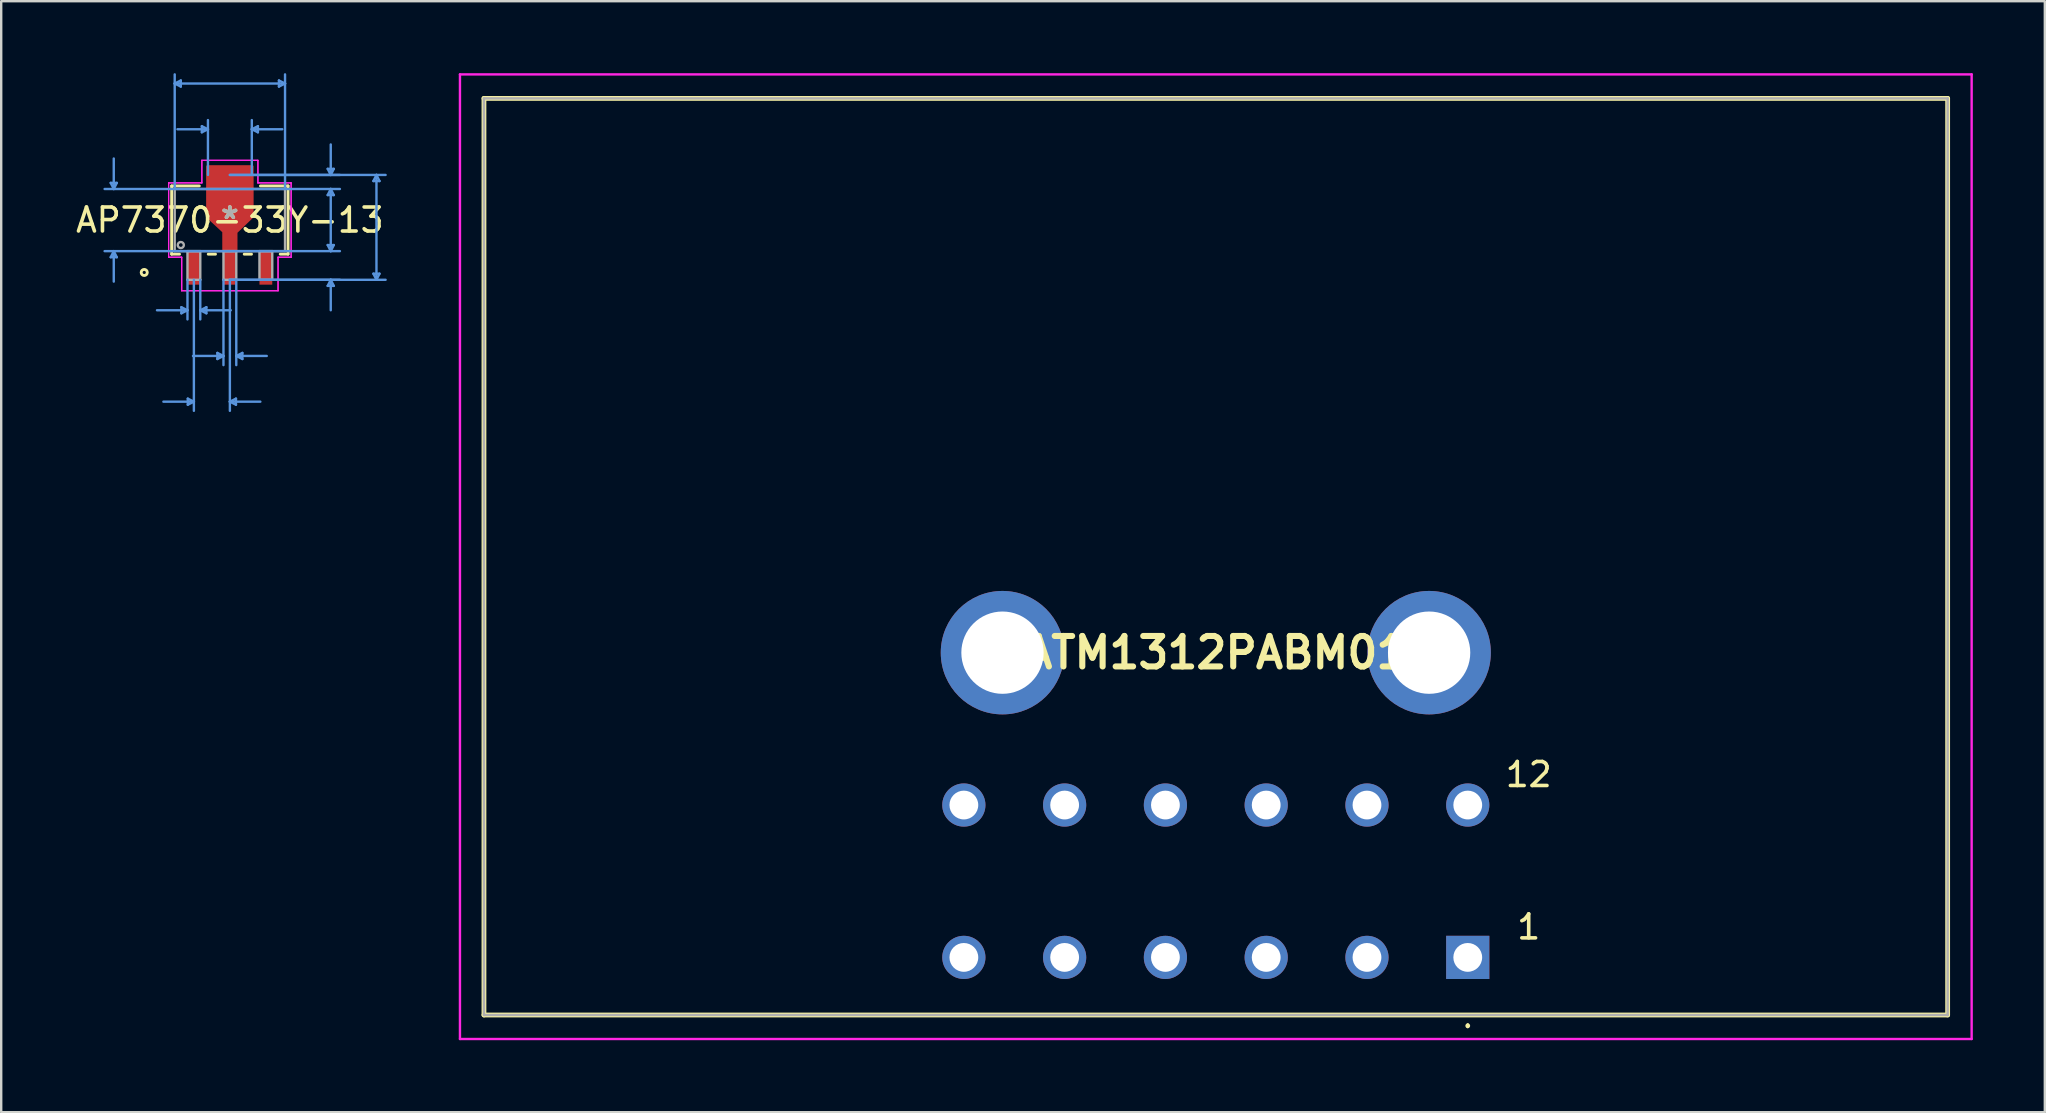
<source format=kicad_pcb>
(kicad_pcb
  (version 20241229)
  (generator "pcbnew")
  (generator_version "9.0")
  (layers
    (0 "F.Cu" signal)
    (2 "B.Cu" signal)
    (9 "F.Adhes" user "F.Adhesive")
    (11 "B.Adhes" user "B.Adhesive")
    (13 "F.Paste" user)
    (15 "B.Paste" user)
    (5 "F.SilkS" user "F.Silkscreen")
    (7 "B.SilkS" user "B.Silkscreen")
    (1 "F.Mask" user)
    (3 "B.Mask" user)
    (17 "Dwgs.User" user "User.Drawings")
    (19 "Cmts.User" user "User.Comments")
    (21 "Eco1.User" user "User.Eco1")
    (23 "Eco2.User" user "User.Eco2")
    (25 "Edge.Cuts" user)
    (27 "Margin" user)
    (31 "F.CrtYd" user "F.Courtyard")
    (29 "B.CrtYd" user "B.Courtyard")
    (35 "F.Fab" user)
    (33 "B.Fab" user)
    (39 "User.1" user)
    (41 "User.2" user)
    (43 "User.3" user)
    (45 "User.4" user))
  (footprint "ATM1312PABM01"
    (layer "F.Cu")
    (at 58.119 36.85)
    (property "Reference" "ATM1312PABM01" (at -10.5 -12.7 0) (layer "F.SilkS") (effects (font (size 1.27 1.27) (thickness 0.254))))
    (attr through_hole)
    (fp_line (start -41 -35.8) (end 20 -35.8) (stroke (width 0.2) (type solid)) (layer "F.SilkS"))
    (fp_line (start -41 2.4) (end -41 -35.8) (stroke (width 0.2) (type solid)) (layer "F.SilkS"))
    (fp_line (start 0 2.8) (end 0 2.8) (stroke (width 0.1) (type solid)) (layer "F.SilkS"))
    (fp_line (start 0 2.9) (end 0 2.9) (stroke (width 0.1) (type solid)) (layer "F.SilkS"))
    (fp_line (start 20 -35.8) (end 20 2.4) (stroke (width 0.2) (type solid)) (layer "F.SilkS"))
    (fp_line (start 20 2.4) (end -41 2.4) (stroke (width 0.2) (type solid)) (layer "F.SilkS"))
    (fp_arc (start 0 2.8) (mid 0.05 2.85) (end 0 2.9) (stroke (width 0.1) (type solid)) (layer "F.SilkS"))
    (fp_arc (start 0 2.9) (mid -0.05 2.85) (end 0 2.8) (stroke (width 0.1) (type solid)) (layer "F.SilkS"))
    (fp_line (start -42 -36.8) (end -42 3.4) (stroke (width 0.1) (type solid)) (layer "F.CrtYd"))
    (fp_line (start -42 3.4) (end 21 3.4) (stroke (width 0.1) (type solid)) (layer "F.CrtYd"))
    (fp_line (start 21 -36.8) (end -42 -36.8) (stroke (width 0.1) (type solid)) (layer "F.CrtYd"))
    (fp_line (start 21 3.4) (end 21 -36.8) (stroke (width 0.1) (type solid)) (layer "F.CrtYd"))
    (fp_line (start -41 -35.8) (end 20 -35.8) (stroke (width 0.1) (type solid)) (layer "F.Fab"))
    (fp_line (start -41 2.4) (end -41 -35.8) (stroke (width 0.1) (type solid)) (layer "F.Fab"))
    (fp_line (start 20 -35.8) (end 20 2.4) (stroke (width 0.1) (type solid)) (layer "F.Fab"))
    (fp_line (start 20 2.4) (end -41 2.4) (stroke (width 0.1) (type solid)) (layer "F.Fab"))
    (fp_text user "1" (at 2.54 -1.27 0) (unlocked yes) (layer "F.SilkS") (effects (font (size 1 1) (thickness 0.15))))
    (fp_text user "12" (at 2.54 -7.62 0) (unlocked yes) (layer "F.SilkS") (effects (font (size 1 1) (thickness 0.15))))
    (pad "1" thru_hole rect (at 0 0) (size 1.8 1.8) (drill 1.2) (layers "*.Cu" "*.Mask"))
    (pad "2" thru_hole circle (at -4.2 0) (size 1.8 1.8) (drill 1.2) (layers "*.Cu" "*.Mask"))
    (pad "3" thru_hole circle (at -8.4 0) (size 1.8 1.8) (drill 1.2) (layers "*.Cu" "*.Mask"))
    (pad "4" thru_hole circle (at -12.6 0) (size 1.8 1.8) (drill 1.2) (layers "*.Cu" "*.Mask"))
    (pad "5" thru_hole circle (at -16.8 0) (size 1.8 1.8) (drill 1.2) (layers "*.Cu" "*.Mask"))
    (pad "6" thru_hole circle (at -21 0) (size 1.8 1.8) (drill 1.2) (layers "*.Cu" "*.Mask"))
    (pad "7" thru_hole circle (at -21 -6.35) (size 1.8 1.8) (drill 1.2) (layers "*.Cu" "*.Mask"))
    (pad "8" thru_hole circle (at -16.8 -6.35) (size 1.8 1.8) (drill 1.2) (layers "*.Cu" "*.Mask"))
    (pad "9" thru_hole circle (at -12.6 -6.35) (size 1.8 1.8) (drill 1.2) (layers "*.Cu" "*.Mask"))
    (pad "10" thru_hole circle (at -8.4 -6.35) (size 1.8 1.8) (drill 1.2) (layers "*.Cu" "*.Mask"))
    (pad "11" thru_hole circle (at -4.2 -6.35) (size 1.8 1.8) (drill 1.2) (layers "*.Cu" "*.Mask"))
    (pad "12" thru_hole circle (at 0 -6.35) (size 1.8 1.8) (drill 1.2) (layers "*.Cu" "*.Mask"))
    (pad "MH1" thru_hole circle (at -1.61 -12.7) (size 5.145 5.145) (drill 3.43) (layers "*.Cu" "*.Mask"))
    (pad "MH2" thru_hole circle (at -19.39 -12.7) (size 5.145 5.145) (drill 3.43) (layers "*.Cu" "*.Mask")))
  (footprint "AP7370-33Y-13"
    (layer "F.Cu")
    (at 6.53 6.121)
    (property "Reference" "AP7370-33Y-13" (at 0 0 0) (layer "F.SilkS") (effects (font (size 1 1) (thickness 0.15))))
    (attr through_hole)
    (fp_poly (pts (xy -0.267 1.295) (xy -0.267 0.483) (xy -0.94 -0.14) (xy -0.94 -2.235) (xy 0.94 -2.235) (xy 0.94 -0.14) (xy 0.267 0.508) (xy 0.267 1.295)) (stroke (width 0.1) (type solid)) (fill yes) (layer "F.Cu"))
    (fp_poly (pts (xy -0.267 1.295) (xy -0.267 0.483) (xy -0.914 -0.165) (xy -0.914 -2.083) (xy 0.914 -2.083) (xy 0.914 -0.165) (xy 0.267 0.483) (xy 0.267 1.295)) (stroke (width 0.1) (type solid)) (fill yes) (layer "F.Mask"))
    (fp_line (start -2.426 -1.422) (end -2.426 1.422) (stroke (width 0.12) (type solid)) (layer "F.SilkS"))
    (fp_line (start -2.426 1.422) (end -2.099 1.422) (stroke (width 0.12) (type solid)) (layer "F.SilkS"))
    (fp_line (start -1.273 -1.422) (end -2.426 -1.422) (stroke (width 0.12) (type solid)) (layer "F.SilkS"))
    (fp_line (start -0.901 1.422) (end -0.599 1.422) (stroke (width 0.12) (type solid)) (layer "F.SilkS"))
    (fp_line (start 0.599 1.422) (end 0.901 1.422) (stroke (width 0.12) (type solid)) (layer "F.SilkS"))
    (fp_line (start 2.099 1.422) (end 2.426 1.422) (stroke (width 0.12) (type solid)) (layer "F.SilkS"))
    (fp_line (start 2.426 -1.422) (end 1.273 -1.422) (stroke (width 0.12) (type solid)) (layer "F.SilkS"))
    (fp_line (start 2.426 1.422) (end 2.426 -1.422) (stroke (width 0.12) (type solid)) (layer "F.SilkS"))
    (fp_circle (center -3.569 2.184) (end -3.442 2.184) (stroke (width 0.12) (type solid)) (fill no) (layer "F.SilkS"))
    (fp_poly (pts (xy -0.267 1.295) (xy -0.267 0.483) (xy -0.914 -0.165) (xy -0.914 -2.083) (xy 0.914 -2.083) (xy 0.914 -0.165) (xy 0.267 0.483) (xy 0.267 1.295)) (stroke (width 0.1) (type solid)) (fill yes) (layer "F.Paste"))
    (fp_line (start -4.966 -1.549) (end -4.712 -1.549) (stroke (width 0.1) (type solid)) (layer "Cmts.User"))
    (fp_line (start -4.966 1.549) (end -4.712 1.549) (stroke (width 0.1) (type solid)) (layer "Cmts.User"))
    (fp_line (start -4.839 -1.295) (end -4.966 -1.549) (stroke (width 0.1) (type solid)) (layer "Cmts.User"))
    (fp_line (start -4.839 -1.295) (end -4.839 -2.565) (stroke (width 0.1) (type solid)) (layer "Cmts.User"))
    (fp_line (start -4.839 -1.295) (end -4.712 -1.549) (stroke (width 0.1) (type solid)) (layer "Cmts.User"))
    (fp_line (start -4.839 1.295) (end -4.966 1.549) (stroke (width 0.1) (type solid)) (layer "Cmts.User"))
    (fp_line (start -4.839 1.295) (end -4.839 2.565) (stroke (width 0.1) (type solid)) (layer "Cmts.User"))
    (fp_line (start -4.839 1.295) (end -4.712 1.549) (stroke (width 0.1) (type solid)) (layer "Cmts.User"))
    (fp_line (start -2.299 -5.69) (end -2.045 -5.817) (stroke (width 0.1) (type solid)) (layer "Cmts.User"))
    (fp_line (start -2.299 -5.69) (end -2.045 -5.563) (stroke (width 0.1) (type solid)) (layer "Cmts.User"))
    (fp_line (start -2.299 -5.69) (end 2.299 -5.69) (stroke (width 0.1) (type solid)) (layer "Cmts.User"))
    (fp_line (start -2.299 -1.295) (end -2.299 -6.071) (stroke (width 0.1) (type solid)) (layer "Cmts.User"))
    (fp_line (start -2.045 -5.817) (end -2.045 -5.563) (stroke (width 0.1) (type solid)) (layer "Cmts.User"))
    (fp_line (start -2.021 3.632) (end -2.021 3.886) (stroke (width 0.1) (type solid)) (layer "Cmts.User"))
    (fp_line (start -1.767 2.489) (end -1.767 4.14) (stroke (width 0.1) (type solid)) (layer "Cmts.User"))
    (fp_line (start -1.767 3.759) (end -3.037 3.759) (stroke (width 0.1) (type solid)) (layer "Cmts.User"))
    (fp_line (start -1.767 3.759) (end -2.021 3.632) (stroke (width 0.1) (type solid)) (layer "Cmts.User"))
    (fp_line (start -1.767 3.759) (end -2.021 3.886) (stroke (width 0.1) (type solid)) (layer "Cmts.User"))
    (fp_line (start -1.754 7.442) (end -1.754 7.696) (stroke (width 0.1) (type solid)) (layer "Cmts.User"))
    (fp_line (start -1.5 2.489) (end -1.5 7.95) (stroke (width 0.1) (type solid)) (layer "Cmts.User"))
    (fp_line (start -1.5 7.569) (end -2.77 7.569) (stroke (width 0.1) (type solid)) (layer "Cmts.User"))
    (fp_line (start -1.5 7.569) (end -1.754 7.442) (stroke (width 0.1) (type solid)) (layer "Cmts.User"))
    (fp_line (start -1.5 7.569) (end -1.754 7.696) (stroke (width 0.1) (type solid)) (layer "Cmts.User"))
    (fp_line (start -1.233 2.489) (end -1.233 4.14) (stroke (width 0.1) (type solid)) (layer "Cmts.User"))
    (fp_line (start -1.233 3.759) (end -0.979 3.632) (stroke (width 0.1) (type solid)) (layer "Cmts.User"))
    (fp_line (start -1.233 3.759) (end -0.979 3.886) (stroke (width 0.1) (type solid)) (layer "Cmts.User"))
    (fp_line (start -1.233 3.759) (end 0.037 3.759) (stroke (width 0.1) (type solid)) (layer "Cmts.User"))
    (fp_line (start -1.168 -3.912) (end -1.168 -3.658) (stroke (width 0.1) (type solid)) (layer "Cmts.User"))
    (fp_line (start -0.979 3.632) (end -0.979 3.886) (stroke (width 0.1) (type solid)) (layer "Cmts.User"))
    (fp_line (start -0.914 -3.785) (end -2.184 -3.785) (stroke (width 0.1) (type solid)) (layer "Cmts.User"))
    (fp_line (start -0.914 -3.785) (end -1.168 -3.912) (stroke (width 0.1) (type solid)) (layer "Cmts.User"))
    (fp_line (start -0.914 -3.785) (end -1.168 -3.658) (stroke (width 0.1) (type solid)) (layer "Cmts.User"))
    (fp_line (start -0.914 -1.88) (end -0.914 -4.166) (stroke (width 0.1) (type solid)) (layer "Cmts.User"))
    (fp_line (start -0.521 5.537) (end -0.521 5.791) (stroke (width 0.1) (type solid)) (layer "Cmts.User"))
    (fp_line (start -0.267 2.489) (end -0.267 6.045) (stroke (width 0.1) (type solid)) (layer "Cmts.User"))
    (fp_line (start -0.267 5.664) (end -1.537 5.664) (stroke (width 0.1) (type solid)) (layer "Cmts.User"))
    (fp_line (start -0.267 5.664) (end -0.521 5.537) (stroke (width 0.1) (type solid)) (layer "Cmts.User"))
    (fp_line (start -0.267 5.664) (end -0.521 5.791) (stroke (width 0.1) (type solid)) (layer "Cmts.User"))
    (fp_line (start 0 -1.88) (end 4.585 -1.88) (stroke (width 0.1) (type solid)) (layer "Cmts.User"))
    (fp_line (start 0 -1.88) (end 6.49 -1.88) (stroke (width 0.1) (type solid)) (layer "Cmts.User"))
    (fp_line (start 0 -1.295) (end -5.22 -1.295) (stroke (width 0.1) (type solid)) (layer "Cmts.User"))
    (fp_line (start 0 -1.295) (end 4.585 -1.295) (stroke (width 0.1) (type solid)) (layer "Cmts.User"))
    (fp_line (start 0 1.295) (end -5.22 1.295) (stroke (width 0.1) (type solid)) (layer "Cmts.User"))
    (fp_line (start 0 1.295) (end 4.585 1.295) (stroke (width 0.1) (type solid)) (layer "Cmts.User"))
    (fp_line (start 0 2.489) (end 0 7.95) (stroke (width 0.1) (type solid)) (layer "Cmts.User"))
    (fp_line (start 0 2.489) (end 4.585 2.489) (stroke (width 0.1) (type solid)) (layer "Cmts.User"))
    (fp_line (start 0 2.489) (end 6.49 2.489) (stroke (width 0.1) (type solid)) (layer "Cmts.User"))
    (fp_line (start 0 7.569) (end 0.254 7.442) (stroke (width 0.1) (type solid)) (layer "Cmts.User"))
    (fp_line (start 0 7.569) (end 0.254 7.696) (stroke (width 0.1) (type solid)) (layer "Cmts.User"))
    (fp_line (start 0 7.569) (end 1.27 7.569) (stroke (width 0.1) (type solid)) (layer "Cmts.User"))
    (fp_line (start 0.254 7.442) (end 0.254 7.696) (stroke (width 0.1) (type solid)) (layer "Cmts.User"))
    (fp_line (start 0.267 2.489) (end 0.267 6.045) (stroke (width 0.1) (type solid)) (layer "Cmts.User"))
    (fp_line (start 0.267 5.664) (end 0.521 5.537) (stroke (width 0.1) (type solid)) (layer "Cmts.User"))
    (fp_line (start 0.267 5.664) (end 0.521 5.791) (stroke (width 0.1) (type solid)) (layer "Cmts.User"))
    (fp_line (start 0.267 5.664) (end 1.537 5.664) (stroke (width 0.1) (type solid)) (layer "Cmts.User"))
    (fp_line (start 0.521 5.537) (end 0.521 5.791) (stroke (width 0.1) (type solid)) (layer "Cmts.User"))
    (fp_line (start 0.914 -3.785) (end 1.168 -3.912) (stroke (width 0.1) (type solid)) (layer "Cmts.User"))
    (fp_line (start 0.914 -3.785) (end 1.168 -3.658) (stroke (width 0.1) (type solid)) (layer "Cmts.User"))
    (fp_line (start 0.914 -3.785) (end 2.184 -3.785) (stroke (width 0.1) (type solid)) (layer "Cmts.User"))
    (fp_line (start 0.914 -1.88) (end 0.914 -4.166) (stroke (width 0.1) (type solid)) (layer "Cmts.User"))
    (fp_line (start 1.168 -3.912) (end 1.168 -3.658) (stroke (width 0.1) (type solid)) (layer "Cmts.User"))
    (fp_line (start 2.045 -5.817) (end 2.045 -5.563) (stroke (width 0.1) (type solid)) (layer "Cmts.User"))
    (fp_line (start 2.299 -5.69) (end 2.045 -5.817) (stroke (width 0.1) (type solid)) (layer "Cmts.User"))
    (fp_line (start 2.299 -5.69) (end 2.045 -5.563) (stroke (width 0.1) (type solid)) (layer "Cmts.User"))
    (fp_line (start 2.299 -1.295) (end 2.299 -6.071) (stroke (width 0.1) (type solid)) (layer "Cmts.User"))
    (fp_line (start 4.077 -2.134) (end 4.331 -2.134) (stroke (width 0.1) (type solid)) (layer "Cmts.User"))
    (fp_line (start 4.077 -1.041) (end 4.331 -1.041) (stroke (width 0.1) (type solid)) (layer "Cmts.User"))
    (fp_line (start 4.077 1.041) (end 4.331 1.041) (stroke (width 0.1) (type solid)) (layer "Cmts.User"))
    (fp_line (start 4.077 2.743) (end 4.331 2.743) (stroke (width 0.1) (type solid)) (layer "Cmts.User"))
    (fp_line (start 4.204 -1.88) (end 4.077 -2.134) (stroke (width 0.1) (type solid)) (layer "Cmts.User"))
    (fp_line (start 4.204 -1.88) (end 4.204 -3.15) (stroke (width 0.1) (type solid)) (layer "Cmts.User"))
    (fp_line (start 4.204 -1.88) (end 4.331 -2.134) (stroke (width 0.1) (type solid)) (layer "Cmts.User"))
    (fp_line (start 4.204 -1.295) (end 4.077 -1.041) (stroke (width 0.1) (type solid)) (layer "Cmts.User"))
    (fp_line (start 4.204 -1.295) (end 4.204 -0.025) (stroke (width 0.1) (type solid)) (layer "Cmts.User"))
    (fp_line (start 4.204 -1.295) (end 4.331 -1.041) (stroke (width 0.1) (type solid)) (layer "Cmts.User"))
    (fp_line (start 4.204 1.295) (end 4.077 1.041) (stroke (width 0.1) (type solid)) (layer "Cmts.User"))
    (fp_line (start 4.204 1.295) (end 4.204 0.025) (stroke (width 0.1) (type solid)) (layer "Cmts.User"))
    (fp_line (start 4.204 1.295) (end 4.331 1.041) (stroke (width 0.1) (type solid)) (layer "Cmts.User"))
    (fp_line (start 4.204 2.489) (end 4.077 2.743) (stroke (width 0.1) (type solid)) (layer "Cmts.User"))
    (fp_line (start 4.204 2.489) (end 4.204 3.759) (stroke (width 0.1) (type solid)) (layer "Cmts.User"))
    (fp_line (start 4.204 2.489) (end 4.331 2.743) (stroke (width 0.1) (type solid)) (layer "Cmts.User"))
    (fp_line (start 5.982 -1.626) (end 6.236 -1.626) (stroke (width 0.1) (type solid)) (layer "Cmts.User"))
    (fp_line (start 5.982 2.235) (end 6.236 2.235) (stroke (width 0.1) (type solid)) (layer "Cmts.User"))
    (fp_line (start 6.109 -1.88) (end 5.982 -1.626) (stroke (width 0.1) (type solid)) (layer "Cmts.User"))
    (fp_line (start 6.109 -1.88) (end 6.109 2.489) (stroke (width 0.1) (type solid)) (layer "Cmts.User"))
    (fp_line (start 6.109 -1.88) (end 6.236 -1.626) (stroke (width 0.1) (type solid)) (layer "Cmts.User"))
    (fp_line (start 6.109 2.489) (end 5.982 2.235) (stroke (width 0.1) (type solid)) (layer "Cmts.User"))
    (fp_line (start 6.109 2.489) (end 6.236 2.235) (stroke (width 0.1) (type solid)) (layer "Cmts.User"))
    (fp_line (start -2.553 -1.549) (end -1.168 -1.549) (stroke (width 0.05) (type solid)) (layer "F.CrtYd"))
    (fp_line (start -2.553 -1.549) (end -1.168 -1.549) (stroke (width 0.05) (type solid)) (layer "F.CrtYd"))
    (fp_line (start -2.553 1.549) (end -2.553 -1.549) (stroke (width 0.05) (type solid)) (layer "F.CrtYd"))
    (fp_line (start -2.553 1.549) (end -2.553 -1.549) (stroke (width 0.05) (type solid)) (layer "F.CrtYd"))
    (fp_line (start -2.008 1.549) (end -2.553 1.549) (stroke (width 0.05) (type solid)) (layer "F.CrtYd"))
    (fp_line (start -2.008 1.549) (end -2.553 1.549) (stroke (width 0.05) (type solid)) (layer "F.CrtYd"))
    (fp_line (start -2.008 2.946) (end -2.008 1.549) (stroke (width 0.05) (type solid)) (layer "F.CrtYd"))
    (fp_line (start -2.008 2.946) (end -2.008 1.549) (stroke (width 0.05) (type solid)) (layer "F.CrtYd"))
    (fp_line (start -1.168 -2.489) (end 1.168 -2.489) (stroke (width 0.05) (type solid)) (layer "F.CrtYd"))
    (fp_line (start -1.168 -2.489) (end 1.168 -2.489) (stroke (width 0.05) (type solid)) (layer "F.CrtYd"))
    (fp_line (start -1.168 -1.549) (end -1.168 -2.489) (stroke (width 0.05) (type solid)) (layer "F.CrtYd"))
    (fp_line (start -1.168 -1.549) (end -1.168 -2.489) (stroke (width 0.05) (type solid)) (layer "F.CrtYd"))
    (fp_line (start 1.168 -2.489) (end 1.168 -1.549) (stroke (width 0.05) (type solid)) (layer "F.CrtYd"))
    (fp_line (start 1.168 -2.489) (end 1.168 -1.549) (stroke (width 0.05) (type solid)) (layer "F.CrtYd"))
    (fp_line (start 1.168 -1.549) (end 2.553 -1.549) (stroke (width 0.05) (type solid)) (layer "F.CrtYd"))
    (fp_line (start 1.168 -1.549) (end 2.553 -1.549) (stroke (width 0.05) (type solid)) (layer "F.CrtYd"))
    (fp_line (start 2.008 1.549) (end 2.008 2.946) (stroke (width 0.05) (type solid)) (layer "F.CrtYd"))
    (fp_line (start 2.008 1.549) (end 2.008 2.946) (stroke (width 0.05) (type solid)) (layer "F.CrtYd"))
    (fp_line (start 2.008 2.946) (end -2.008 2.946) (stroke (width 0.05) (type solid)) (layer "F.CrtYd"))
    (fp_line (start 2.008 2.946) (end -2.008 2.946) (stroke (width 0.05) (type solid)) (layer "F.CrtYd"))
    (fp_line (start 2.553 -1.549) (end 2.553 1.549) (stroke (width 0.05) (type solid)) (layer "F.CrtYd"))
    (fp_line (start 2.553 -1.549) (end 2.553 1.549) (stroke (width 0.05) (type solid)) (layer "F.CrtYd"))
    (fp_line (start 2.553 1.549) (end 2.008 1.549) (stroke (width 0.05) (type solid)) (layer "F.CrtYd"))
    (fp_line (start 2.553 1.549) (end 2.008 1.549) (stroke (width 0.05) (type solid)) (layer "F.CrtYd"))
    (fp_line (start -2.299 -1.295) (end -2.299 1.295) (stroke (width 0.1) (type solid)) (layer "F.Fab"))
    (fp_line (start -2.299 1.295) (end 2.299 1.295) (stroke (width 0.1) (type solid)) (layer "F.Fab"))
    (fp_line (start -1.767 1.295) (end -1.767 2.489) (stroke (width 0.1) (type solid)) (layer "F.Fab"))
    (fp_line (start -1.767 2.489) (end -1.233 2.489) (stroke (width 0.1) (type solid)) (layer "F.Fab"))
    (fp_line (start -1.233 1.295) (end -1.767 1.295) (stroke (width 0.1) (type solid)) (layer "F.Fab"))
    (fp_line (start -1.233 2.489) (end -1.233 1.295) (stroke (width 0.1) (type solid)) (layer "F.Fab"))
    (fp_line (start -0.267 1.295) (end -0.267 2.489) (stroke (width 0.1) (type solid)) (layer "F.Fab"))
    (fp_line (start -0.267 2.489) (end 0.267 2.489) (stroke (width 0.1) (type solid)) (layer "F.Fab"))
    (fp_line (start 0.267 1.295) (end -0.267 1.295) (stroke (width 0.1) (type solid)) (layer "F.Fab"))
    (fp_line (start 0.267 2.489) (end 0.267 1.295) (stroke (width 0.1) (type solid)) (layer "F.Fab"))
    (fp_line (start 1.233 1.295) (end 1.233 2.489) (stroke (width 0.1) (type solid)) (layer "F.Fab"))
    (fp_line (start 1.233 2.489) (end 1.767 2.489) (stroke (width 0.1) (type solid)) (layer "F.Fab"))
    (fp_line (start 1.767 1.295) (end 1.233 1.295) (stroke (width 0.1) (type solid)) (layer "F.Fab"))
    (fp_line (start 1.767 2.489) (end 1.767 1.295) (stroke (width 0.1) (type solid)) (layer "F.Fab"))
    (fp_line (start 2.299 -1.295) (end -2.299 -1.295) (stroke (width 0.1) (type solid)) (layer "F.Fab"))
    (fp_line (start 2.299 1.295) (end 2.299 -1.295) (stroke (width 0.1) (type solid)) (layer "F.Fab"))
    (fp_circle (center -2.045 1.041) (end -1.918 1.041) (stroke (width 0.1) (type solid)) (fill no) (layer "F.Fab"))
    (fp_text user "*" (at 0 0 0) (layer "F.SilkS") (effects (font (size 1 1) (thickness 0.15))))
    (fp_text user "Copyright 2021 Accelerated Designs. All rights reserved." (at 0 0 0) (layer "Cmts.User") (effects (font (size 0.127 0.127) (thickness 0.002))))
    (fp_text user "*" (at 0 0 0) (layer "F.Fab") (effects (font (size 1 1) (thickness 0.15))))
    (pad "1" smd rect (at -1.5 1.994) (size 0.533 1.397) (layers "F.Cu" "F.Mask" "F.Paste"))
    (pad "2" smd rect (at 0 1.994) (size 0.533 1.397) (layers "F.Cu" "F.Mask" "F.Paste"))
    (pad "3" smd rect (at 1.5 1.994) (size 0.533 1.397) (layers "F.Cu" "F.Mask" "F.Paste")))
  (gr_rect
    (start -3 -3)
    (end 82.169 43.3)
    (stroke (width 0.1) (type default))
    (fill no)
    (layer "Edge.Cuts")))
</source>
